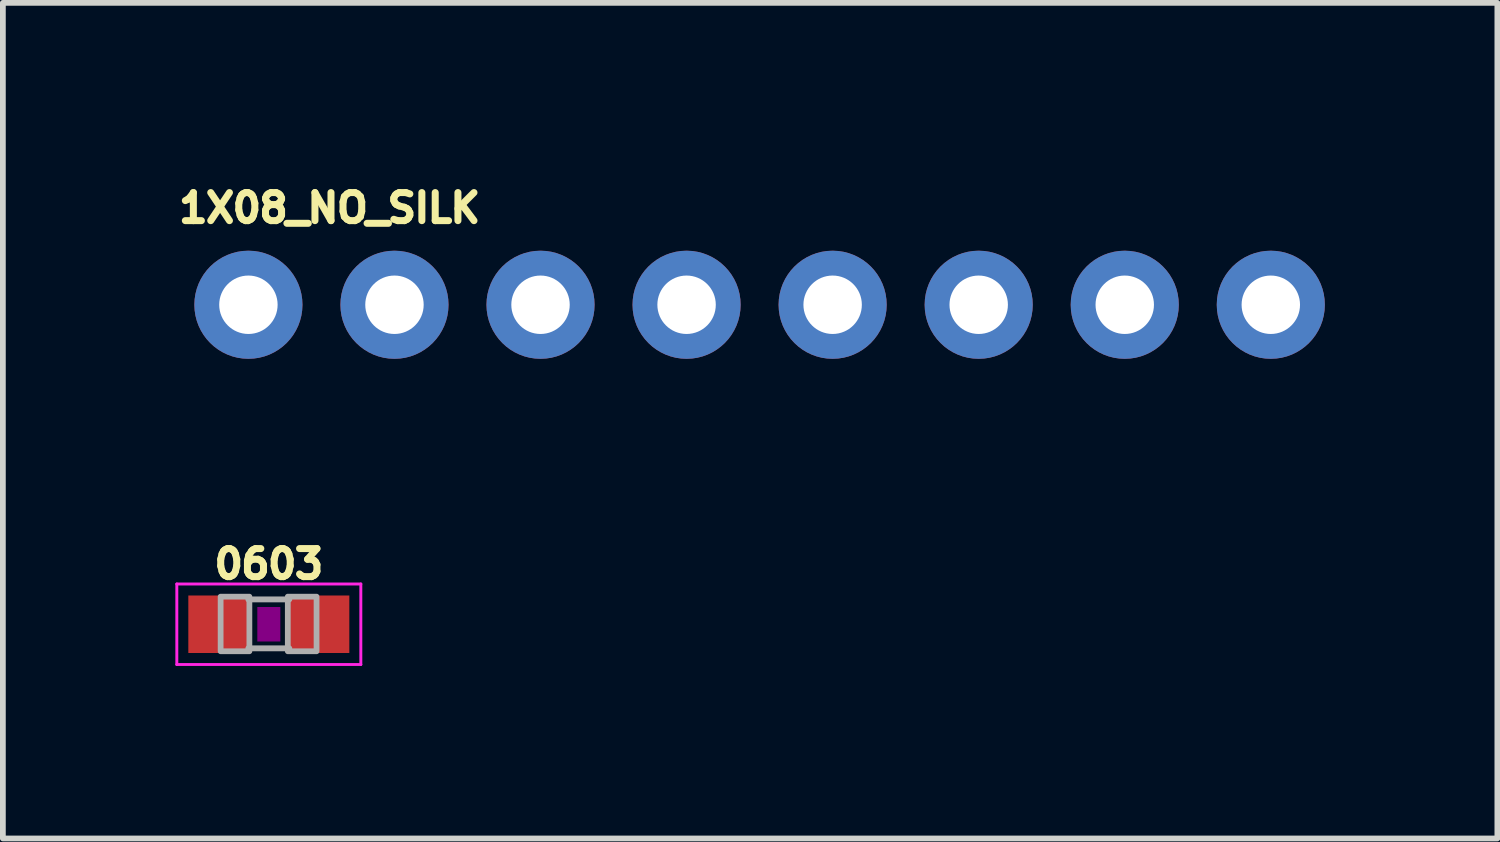
<source format=kicad_pcb>
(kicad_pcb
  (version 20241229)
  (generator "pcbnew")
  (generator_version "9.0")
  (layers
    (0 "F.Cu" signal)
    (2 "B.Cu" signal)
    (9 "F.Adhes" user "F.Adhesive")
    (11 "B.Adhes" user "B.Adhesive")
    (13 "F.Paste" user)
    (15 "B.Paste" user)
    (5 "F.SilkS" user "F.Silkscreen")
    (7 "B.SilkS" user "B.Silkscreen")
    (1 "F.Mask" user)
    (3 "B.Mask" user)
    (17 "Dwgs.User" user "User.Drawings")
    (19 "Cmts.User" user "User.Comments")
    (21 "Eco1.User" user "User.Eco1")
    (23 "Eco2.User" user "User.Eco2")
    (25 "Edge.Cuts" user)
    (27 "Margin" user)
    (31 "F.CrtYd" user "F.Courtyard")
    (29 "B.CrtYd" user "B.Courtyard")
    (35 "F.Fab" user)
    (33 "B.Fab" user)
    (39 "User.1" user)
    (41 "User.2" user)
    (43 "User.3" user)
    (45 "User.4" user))
  (footprint "1X08_NO_SILK"
    (layer "F.Cu")
    (at 1.27 2.25)
    (property "Reference" "1X08_NO_SILK" (at -1.27 -1.397 0) (unlocked yes) (layer "F.SilkS") (effects (font (size 0.488 0.488) (thickness 0.122)) (justify left bottom)))
    (fp_poly (pts (xy -0.254 0.254) (xy 0.254 0.254) (xy 0.254 -0.254) (xy -0.254 -0.254)) (stroke (width 0.1) (type default)) (fill no) (layer "F.Fab"))
    (fp_poly (pts (xy 2.286 0.254) (xy 2.794 0.254) (xy 2.794 -0.254) (xy 2.286 -0.254)) (stroke (width 0.1) (type default)) (fill no) (layer "F.Fab"))
    (fp_poly (pts (xy 4.826 0.254) (xy 5.334 0.254) (xy 5.334 -0.254) (xy 4.826 -0.254)) (stroke (width 0.1) (type default)) (fill no) (layer "F.Fab"))
    (fp_poly (pts (xy 7.366 0.254) (xy 7.874 0.254) (xy 7.874 -0.254) (xy 7.366 -0.254)) (stroke (width 0.1) (type default)) (fill no) (layer "F.Fab"))
    (fp_poly (pts (xy 9.906 0.254) (xy 10.414 0.254) (xy 10.414 -0.254) (xy 9.906 -0.254)) (stroke (width 0.1) (type default)) (fill no) (layer "F.Fab"))
    (fp_poly (pts (xy 12.446 0.254) (xy 12.954 0.254) (xy 12.954 -0.254) (xy 12.446 -0.254)) (stroke (width 0.1) (type default)) (fill no) (layer "F.Fab"))
    (fp_poly (pts (xy 14.986 0.254) (xy 15.494 0.254) (xy 15.494 -0.254) (xy 14.986 -0.254)) (stroke (width 0.1) (type default)) (fill no) (layer "F.Fab"))
    (fp_poly (pts (xy 17.526 0.254) (xy 18.034 0.254) (xy 18.034 -0.254) (xy 17.526 -0.254)) (stroke (width 0.1) (type default)) (fill no) (layer "F.Fab"))
    (pad "1" thru_hole circle (at 0 0 90) (size 1.88 1.88) (drill 1.016) (layers "*.Cu" "*.Mask"))
    (pad "2" thru_hole circle (at 2.54 0 90) (size 1.88 1.88) (drill 1.016) (layers "*.Cu" "*.Mask"))
    (pad "3" thru_hole circle (at 5.08 0 90) (size 1.88 1.88) (drill 1.016) (layers "*.Cu" "*.Mask"))
    (pad "4" thru_hole circle (at 7.62 0 90) (size 1.88 1.88) (drill 1.016) (layers "*.Cu" "*.Mask"))
    (pad "5" thru_hole circle (at 10.16 0 90) (size 1.88 1.88) (drill 1.016) (layers "*.Cu" "*.Mask"))
    (pad "6" thru_hole circle (at 12.7 0 90) (size 1.88 1.88) (drill 1.016) (layers "*.Cu" "*.Mask"))
    (pad "7" thru_hole circle (at 15.24 0 90) (size 1.88 1.88) (drill 1.016) (layers "*.Cu" "*.Mask"))
    (pad "8" thru_hole circle (at 17.78 0 90) (size 1.88 1.88) (drill 1.016) (layers "*.Cu" "*.Mask")))
  (footprint "0603"
    (layer "F.Cu")
    (at 1.625 7.806)
    (property "Reference" "0603" (at 0 -0.762 0) (unlocked yes) (layer "F.SilkS") (effects (font (size 0.488 0.488) (thickness 0.122)) (justify bottom)))
    (fp_poly (pts (xy -0.2 0.3) (xy 0.2 0.3) (xy 0.2 -0.3) (xy -0.2 -0.3)) (stroke (width 0) (type default)) (fill yes) (layer "F.Adhes"))
    (fp_line (start -1.6 -0.7) (end 1.6 -0.7) (stroke (width 0.051) (type solid)) (layer "F.CrtYd"))
    (fp_line (start -1.6 0.7) (end -1.6 -0.7) (stroke (width 0.051) (type solid)) (layer "F.CrtYd"))
    (fp_line (start 1.6 -0.7) (end 1.6 0.7) (stroke (width 0.051) (type solid)) (layer "F.CrtYd"))
    (fp_line (start 1.6 0.7) (end -1.6 0.7) (stroke (width 0.051) (type solid)) (layer "F.CrtYd"))
    (fp_line (start -0.356 -0.432) (end 0.356 -0.432) (stroke (width 0.102) (type solid)) (layer "F.Fab"))
    (fp_line (start -0.356 0.419) (end 0.356 0.419) (stroke (width 0.102) (type solid)) (layer "F.Fab"))
    (fp_poly (pts (xy -0.838 0.47) (xy -0.338 0.47) (xy -0.338 -0.48) (xy -0.838 -0.48)) (stroke (width 0.1) (type default)) (fill no) (layer "F.Fab"))
    (fp_poly (pts (xy 0.33 0.47) (xy 0.83 0.47) (xy 0.83 -0.48) (xy 0.33 -0.48)) (stroke (width 0.1) (type default)) (fill no) (layer "F.Fab"))
    (pad "1" smd rect (at -0.85 0) (size 1.1 1) (layers "F.Cu" "F.Mask" "F.Paste"))
    (pad "2" smd rect (at 0.85 0) (size 1.1 1) (layers "F.Cu" "F.Mask" "F.Paste")))
  (gr_rect
    (start -3 -3)
    (end 22.99 11.531)
    (stroke (width 0.1) (type default))
    (fill no)
    (layer "Edge.Cuts")))
</source>
